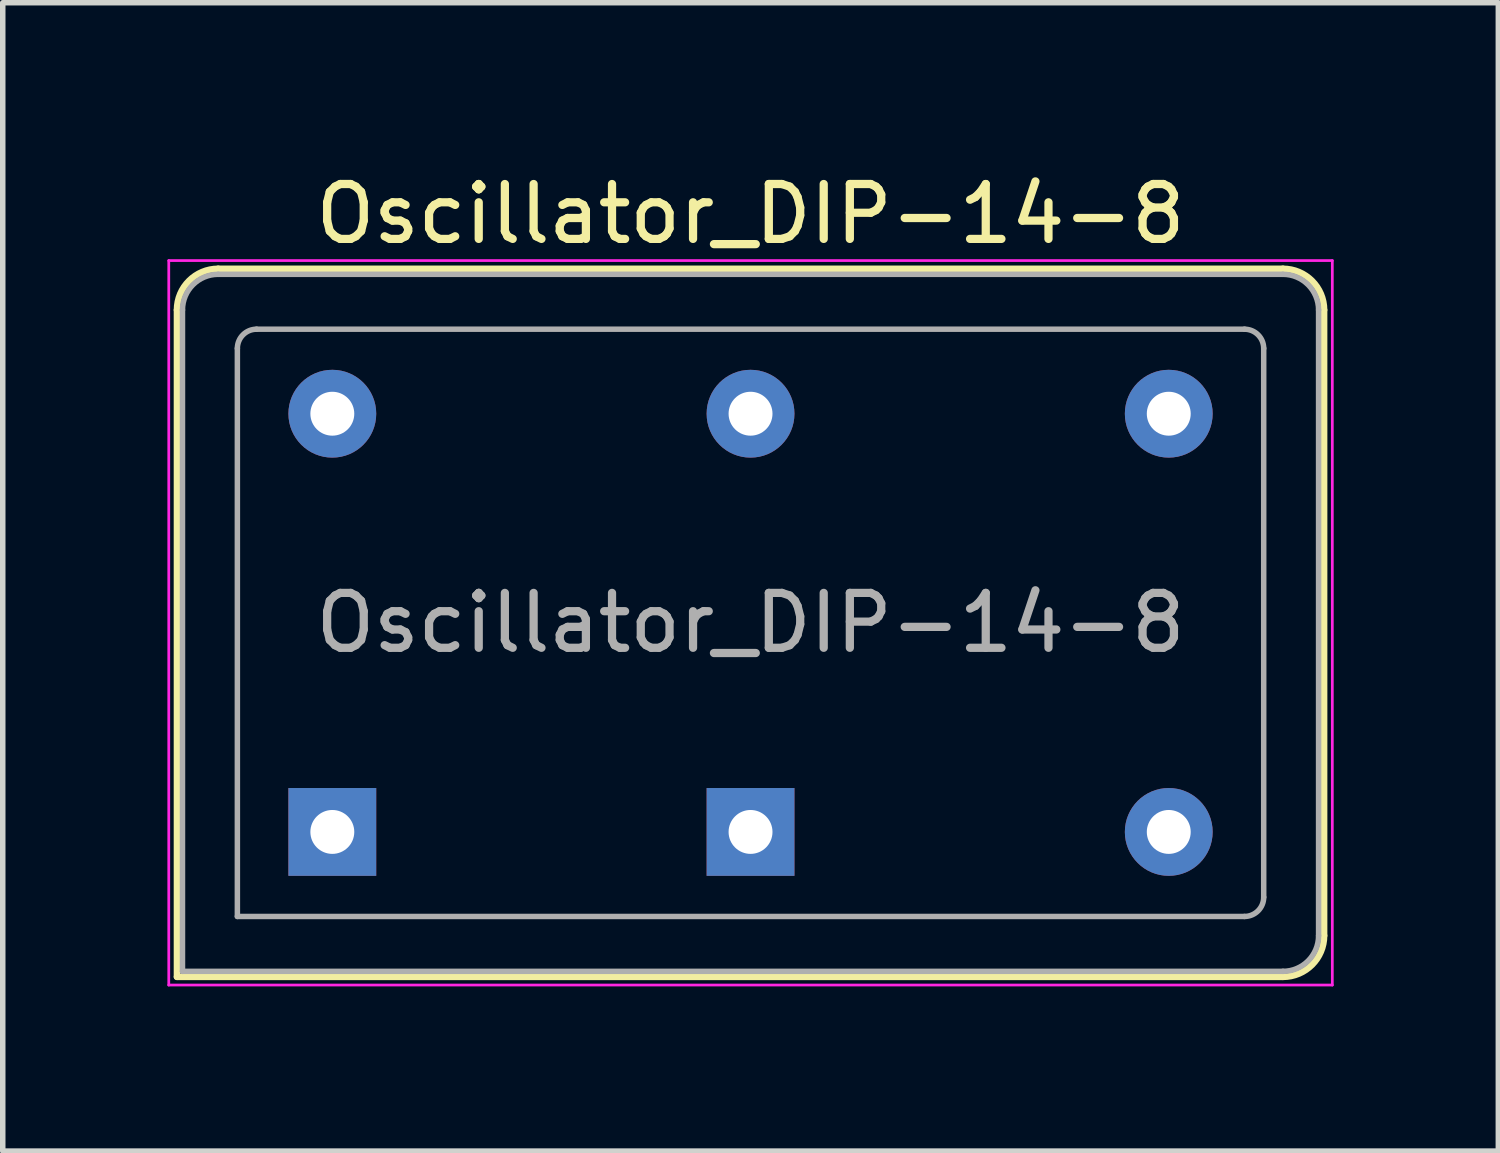
<source format=kicad_pcb>
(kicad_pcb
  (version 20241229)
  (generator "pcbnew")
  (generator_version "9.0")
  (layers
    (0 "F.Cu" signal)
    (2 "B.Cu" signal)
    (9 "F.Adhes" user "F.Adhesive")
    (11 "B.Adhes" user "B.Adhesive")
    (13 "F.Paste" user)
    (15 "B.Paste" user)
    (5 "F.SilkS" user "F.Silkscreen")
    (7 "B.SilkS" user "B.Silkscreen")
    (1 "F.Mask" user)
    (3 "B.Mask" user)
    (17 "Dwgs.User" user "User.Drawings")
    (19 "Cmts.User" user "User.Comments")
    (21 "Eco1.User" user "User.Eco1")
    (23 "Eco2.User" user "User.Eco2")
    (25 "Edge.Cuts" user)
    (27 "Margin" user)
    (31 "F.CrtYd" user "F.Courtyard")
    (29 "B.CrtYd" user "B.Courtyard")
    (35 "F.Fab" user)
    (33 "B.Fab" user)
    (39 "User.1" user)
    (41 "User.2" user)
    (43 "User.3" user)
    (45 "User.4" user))
  (footprint "Oscillator_DIP-14-8"
    (layer "F.Cu")
    (at 3.005 12.108)
    (property "Reference" "Oscillator_DIP-14-8" (at 7.62 -11.26 0) (layer "F.SilkS") (effects (font (size 1 1) (thickness 0.15))))
    (attr through_hole)
    (fp_line (start -2.83 -9.51) (end -2.83 2.64) (stroke (width 0.12) (type solid)) (layer "F.SilkS"))
    (fp_line (start -2.83 2.64) (end 17.32 2.64) (stroke (width 0.12) (type solid)) (layer "F.SilkS"))
    (fp_line (start 17.32 -10.26) (end -2.08 -10.26) (stroke (width 0.12) (type solid)) (layer "F.SilkS"))
    (fp_line (start 18.07 1.89) (end 18.07 -9.51) (stroke (width 0.12) (type solid)) (layer "F.SilkS"))
    (fp_arc (start -2.83 -9.51) (mid -2.61033 -10.04033) (end -2.08 -10.26) (stroke (width 0.12) (type solid)) (layer "F.SilkS"))
    (fp_arc (start 17.32 -10.26) (mid 17.85033 -10.04033) (end 18.07 -9.51) (stroke (width 0.12) (type solid)) (layer "F.SilkS"))
    (fp_arc (start 18.07 1.89) (mid 17.85033 2.42033) (end 17.32 2.64) (stroke (width 0.12) (type solid)) (layer "F.SilkS"))
    (fp_line (start -2.98 -10.41) (end -2.98 2.79) (stroke (width 0.05) (type solid)) (layer "F.CrtYd"))
    (fp_line (start -2.98 2.79) (end 18.22 2.79) (stroke (width 0.05) (type solid)) (layer "F.CrtYd"))
    (fp_line (start 18.22 -10.41) (end -2.98 -10.41) (stroke (width 0.05) (type solid)) (layer "F.CrtYd"))
    (fp_line (start 18.22 2.79) (end 18.22 -10.41) (stroke (width 0.05) (type solid)) (layer "F.CrtYd"))
    (fp_line (start -2.73 2.54) (end -2.73 -9.51) (stroke (width 0.1) (type solid)) (layer "F.Fab"))
    (fp_line (start -2.73 2.54) (end 17.32 2.54) (stroke (width 0.1) (type solid)) (layer "F.Fab"))
    (fp_line (start -2.08 -10.16) (end 17.32 -10.16) (stroke (width 0.1) (type solid)) (layer "F.Fab"))
    (fp_line (start -1.73 1.54) (end -1.73 -8.81) (stroke (width 0.1) (type solid)) (layer "F.Fab"))
    (fp_line (start -1.73 1.54) (end 16.62 1.54) (stroke (width 0.1) (type solid)) (layer "F.Fab"))
    (fp_line (start -1.38 -9.16) (end 16.62 -9.16) (stroke (width 0.1) (type solid)) (layer "F.Fab"))
    (fp_line (start 16.97 1.19) (end 16.97 -8.81) (stroke (width 0.1) (type solid)) (layer "F.Fab"))
    (fp_line (start 17.97 -9.51) (end 17.97 1.89) (stroke (width 0.1) (type solid)) (layer "F.Fab"))
    (fp_arc (start -2.73 -9.51) (mid -2.539619 -9.969619) (end -2.08 -10.16) (stroke (width 0.1) (type solid)) (layer "F.Fab"))
    (fp_arc (start -1.73 -8.81) (mid -1.627487 -9.057487) (end -1.38 -9.16) (stroke (width 0.1) (type solid)) (layer "F.Fab"))
    (fp_arc (start 16.62 -9.16) (mid 16.867487 -9.057487) (end 16.97 -8.81) (stroke (width 0.1) (type solid)) (layer "F.Fab"))
    (fp_arc (start 16.97 1.19) (mid 16.867487 1.437487) (end 16.62 1.54) (stroke (width 0.1) (type solid)) (layer "F.Fab"))
    (fp_arc (start 17.32 -10.16) (mid 17.779619 -9.969619) (end 17.97 -9.51) (stroke (width 0.1) (type solid)) (layer "F.Fab"))
    (fp_arc (start 17.97 1.89) (mid 17.779619 2.349619) (end 17.32 2.54) (stroke (width 0.1) (type solid)) (layer "F.Fab"))
    (fp_text user "${REFERENCE}" (at 7.62 -3.81 0) (layer "F.Fab") (effects (font (size 1 1) (thickness 0.15))))
    (pad "1" thru_hole rect (at 0 0) (size 1.6 1.6) (drill 0.8) (layers "*.Cu" "*.Mask"))
    (pad "1" thru_hole rect (at 7.62 0) (size 1.6 1.6) (drill 0.8) (layers "*.Cu" "*.Mask"))
    (pad "7" thru_hole circle (at 15.24 0) (size 1.6 1.6) (drill 0.8) (layers "*.Cu" "*.Mask"))
    (pad "8" thru_hole circle (at 15.24 -7.62) (size 1.6 1.6) (drill 0.8) (layers "*.Cu" "*.Mask"))
    (pad "14" thru_hole circle (at 0 -7.62) (size 1.6 1.6) (drill 0.8) (layers "*.Cu" "*.Mask"))
    (pad "14" thru_hole circle (at 7.62 -7.62) (size 1.6 1.6) (drill 0.8) (layers "*.Cu" "*.Mask")))
  (gr_rect
    (start -3 -3)
    (end 24.25 17.923)
    (stroke (width 0.1) (type default))
    (fill no)
    (layer "Edge.Cuts")))
</source>
